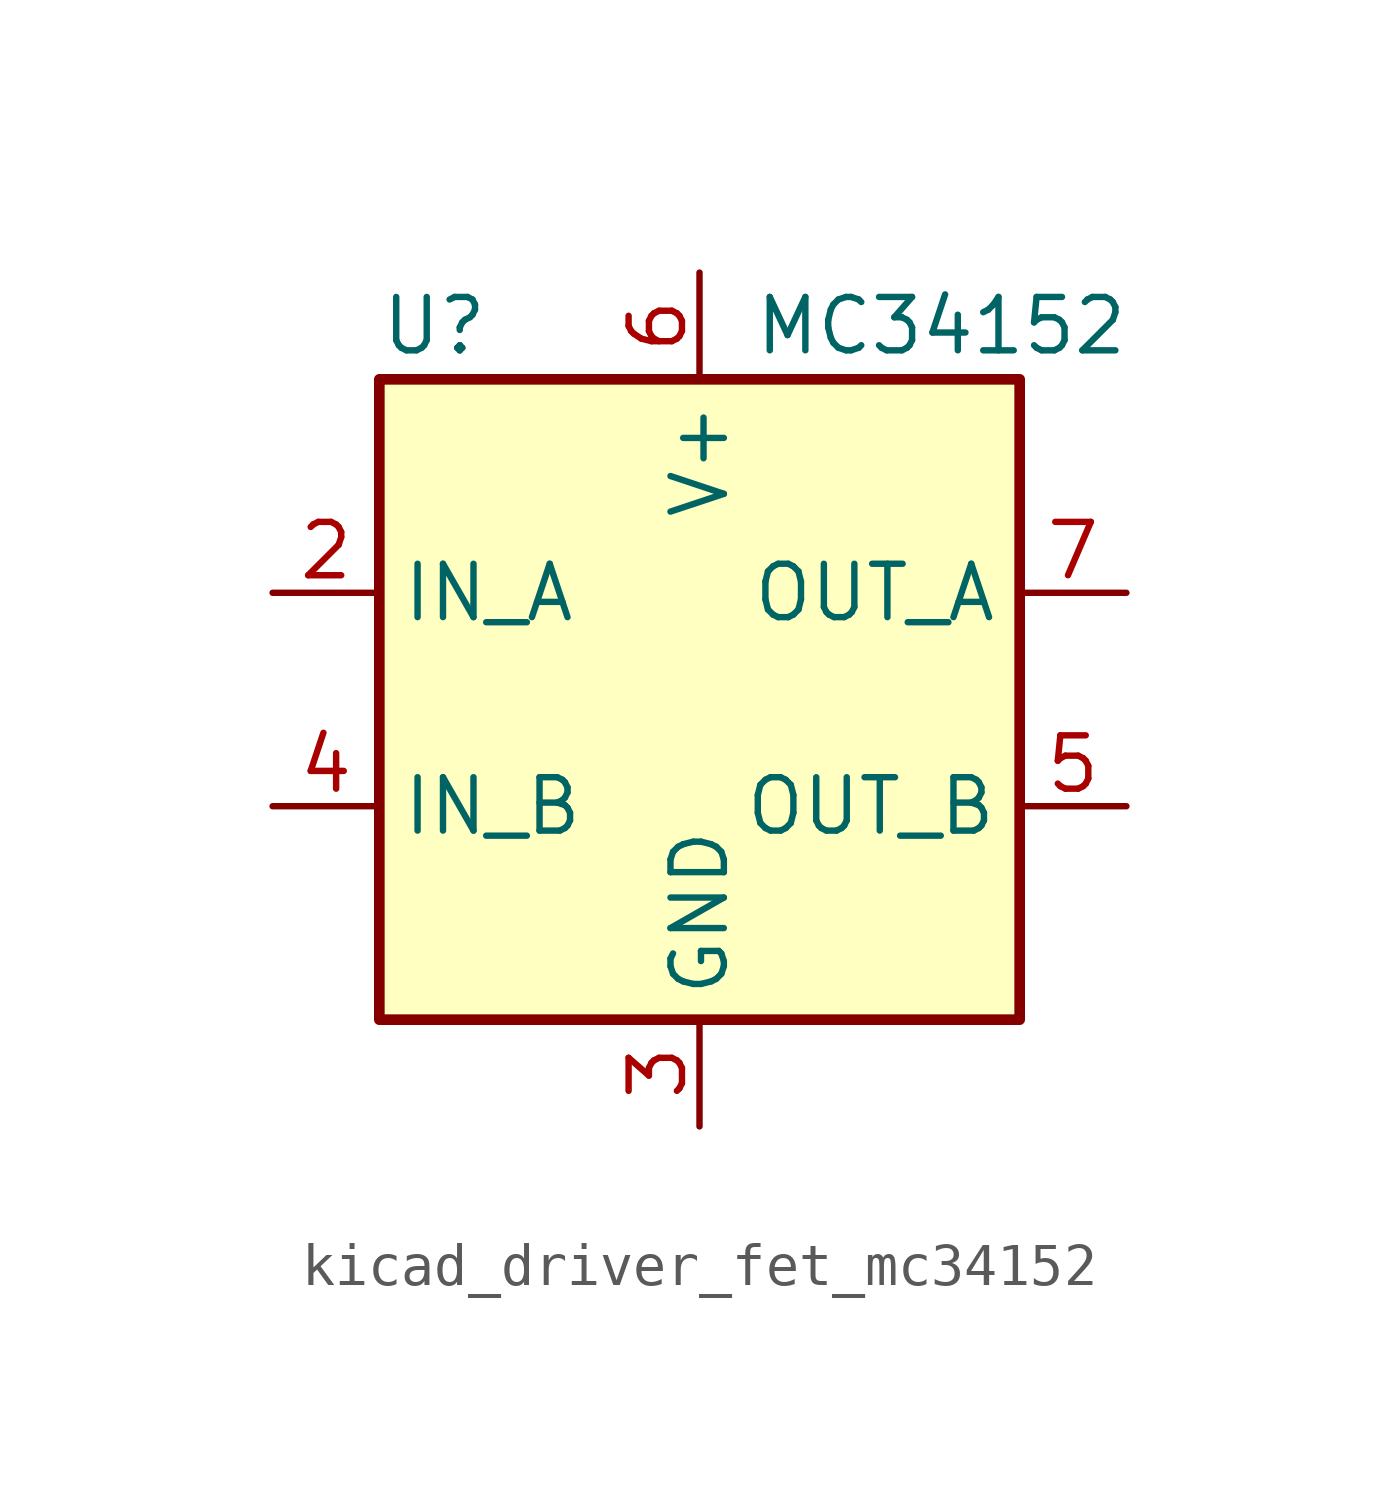
<source format=kicad_sym>
(kicad_symbol_lib
  (version 20220914)
  (generator kicad_symbol_editor)
  (symbol "kicad_driver_fet_mc34152"
    (property "Reference" "U"
      (at -7.62 8.89 0)
      (effects (font (size 1.27 1.27)) (justify left)))
    (property "Value" "MC34152"
      (at 1.27 8.89 0)
      (effects (font (size 1.27 1.27)) (justify left)))
    (symbol "kicad_driver_fet_mc34152_0_1"
      (rectangle (start -7.62 -7.62) (end 7.62 7.62) (stroke (width 0.254) (type default)) (fill (type background))))
    (symbol "kicad_driver_fet_mc34152_1_1"
      (pin no_connect line (at -7.62 0 0) (length 2.54) hide (name "NC" (effects (font (size 1.27 1.27)))) (number "1" (effects (font (size 1.27 1.27)))))
      (pin input line (at -10.16 2.54 0) (length 2.54) (name "IN_A" (effects (font (size 1.27 1.27)))) (number "2" (effects (font (size 1.27 1.27)))))
      (pin power_in line (at 0 -10.16 90) (length 2.54) (name "GND" (effects (font (size 1.27 1.27)))) (number "3" (effects (font (size 1.27 1.27)))))
      (pin input line (at -10.16 -2.54 0) (length 2.54) (name "IN_B" (effects (font (size 1.27 1.27)))) (number "4" (effects (font (size 1.27 1.27)))))
      (pin output line (at 10.16 -2.54 180) (length 2.54) (name "OUT_B" (effects (font (size 1.27 1.27)))) (number "5" (effects (font (size 1.27 1.27)))))
      (pin power_in line (at 0 10.16 270) (length 2.54) (name "V+" (effects (font (size 1.27 1.27)))) (number "6" (effects (font (size 1.27 1.27)))))
      (pin output line (at 10.16 2.54 180) (length 2.54) (name "OUT_A" (effects (font (size 1.27 1.27)))) (number "7" (effects (font (size 1.27 1.27)))))
      (pin no_connect line (at 7.62 0 180) (length 2.54) hide (name "NC" (effects (font (size 1.27 1.27)))) (number "8" (effects (font (size 1.27 1.27))))))))
</source>
